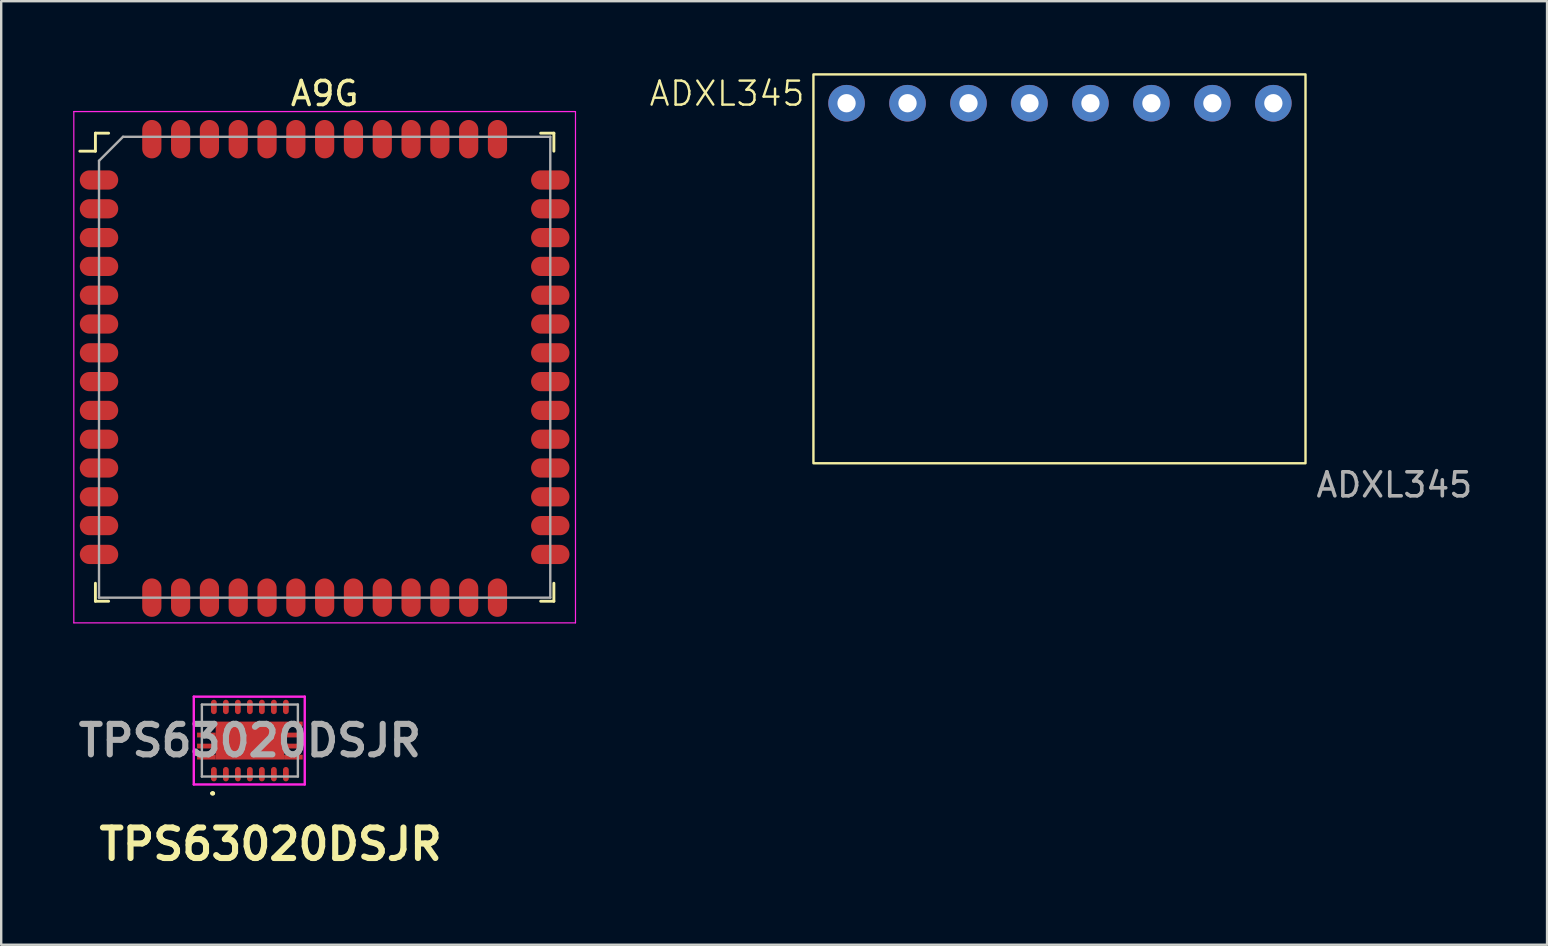
<source format=kicad_pcb>
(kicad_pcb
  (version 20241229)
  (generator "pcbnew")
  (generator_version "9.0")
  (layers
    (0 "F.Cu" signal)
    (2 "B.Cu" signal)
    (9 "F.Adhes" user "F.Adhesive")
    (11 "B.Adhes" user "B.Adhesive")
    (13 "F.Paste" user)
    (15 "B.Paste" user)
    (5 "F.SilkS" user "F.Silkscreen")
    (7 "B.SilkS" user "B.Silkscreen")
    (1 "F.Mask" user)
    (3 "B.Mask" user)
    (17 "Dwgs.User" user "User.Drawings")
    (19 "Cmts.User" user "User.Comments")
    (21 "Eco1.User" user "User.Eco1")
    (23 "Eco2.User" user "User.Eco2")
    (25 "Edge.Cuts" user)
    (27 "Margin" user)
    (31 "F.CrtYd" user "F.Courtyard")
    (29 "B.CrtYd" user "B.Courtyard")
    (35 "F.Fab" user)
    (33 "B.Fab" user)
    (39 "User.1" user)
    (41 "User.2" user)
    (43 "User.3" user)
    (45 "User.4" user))
  (footprint "ADXL345"
    (layer "F.Cu")
    (at 41.138 1.25)
    (property "Reference" "ADXL345" (at -13.9 -0.4 0) (unlocked yes) (layer "F.SilkS") (effects (font (size 1 1) (thickness 0.1))))
    (attr through_hole)
    (fp_rect (start -10.3 -1.2) (end 10.2 15) (stroke (width 0.1) (type default)) (fill no) (layer "F.SilkS"))
    (fp_text user "${REFERENCE}" (at 13.9 15.9 0) (unlocked yes) (layer "F.Fab") (effects (font (size 1 1) (thickness 0.15))))
    (pad "1" thru_hole circle (at 8.86 0) (size 1.524 1.524) (drill 0.762) (layers "*.Cu" "*.Mask"))
    (pad "2" thru_hole circle (at 6.32 0) (size 1.524 1.524) (drill 0.762) (layers "*.Cu" "*.Mask"))
    (pad "3" thru_hole circle (at 3.78 0) (size 1.524 1.524) (drill 0.762) (layers "*.Cu" "*.Mask"))
    (pad "4" thru_hole circle (at 1.24 0) (size 1.524 1.524) (drill 0.762) (layers "*.Cu" "*.Mask"))
    (pad "5" thru_hole circle (at -1.3 0) (size 1.524 1.524) (drill 0.762) (layers "*.Cu" "*.Mask"))
    (pad "6" thru_hole circle (at -3.84 0) (size 1.524 1.524) (drill 0.762) (layers "*.Cu" "*.Mask"))
    (pad "7" thru_hole circle (at -6.38 0) (size 1.524 1.524) (drill 0.762) (layers "*.Cu" "*.Mask"))
    (pad "8" thru_hole circle (at -8.92 0) (size 1.524 1.524) (drill 0.762) (layers "*.Cu" "*.Mask")))
  (footprint "A9G"
    (layer "F.Cu")
    (at 10.475 12.248)
    (property "Reference" "A9G" (at 0 -11.4 0) (layer "F.SilkS") (effects (font (size 1 1) (thickness 0.15))))
    (attr smd)
    (fp_line (start -9.55 -9.75) (end -9.55 -9) (stroke (width 0.12) (type default)) (layer "F.SilkS"))
    (fp_line (start -9.55 -9) (end -10.2 -9) (stroke (width 0.12) (type default)) (layer "F.SilkS"))
    (fp_line (start -9.55 9.75) (end -9.55 9) (stroke (width 0.12) (type default)) (layer "F.SilkS"))
    (fp_line (start -9 -9.75) (end -9.55 -9.75) (stroke (width 0.12) (type default)) (layer "F.SilkS"))
    (fp_line (start -9 9.75) (end -9.55 9.75) (stroke (width 0.12) (type default)) (layer "F.SilkS"))
    (fp_line (start 9 -9.75) (end 9.55 -9.75) (stroke (width 0.12) (type default)) (layer "F.SilkS"))
    (fp_line (start 9 9.75) (end 9.55 9.75) (stroke (width 0.12) (type default)) (layer "F.SilkS"))
    (fp_line (start 9.55 -9.75) (end 9.55 -9) (stroke (width 0.12) (type default)) (layer "F.SilkS"))
    (fp_line (start 9.55 9.75) (end 9.55 9) (stroke (width 0.12) (type default)) (layer "F.SilkS"))
    (fp_line (start -10.45 -10.65) (end 10.45 -10.65) (stroke (width 0.05) (type default)) (layer "F.CrtYd"))
    (fp_line (start -10.45 10.65) (end -10.45 -10.65) (stroke (width 0.05) (type default)) (layer "F.CrtYd"))
    (fp_line (start 10.45 -10.65) (end 10.45 10.65) (stroke (width 0.05) (type default)) (layer "F.CrtYd"))
    (fp_line (start 10.45 10.65) (end -10.45 10.65) (stroke (width 0.05) (type default)) (layer "F.CrtYd"))
    (fp_line (start -9.4 -8.6) (end -9.4 9.6) (stroke (width 0.1) (type default)) (layer "F.Fab"))
    (fp_line (start -9.4 9.6) (end 9.4 9.6) (stroke (width 0.1) (type default)) (layer "F.Fab"))
    (fp_line (start -8.4 -9.6) (end -9.4 -8.6) (stroke (width 0.1) (type default)) (layer "F.Fab"))
    (fp_line (start 9.4 -9.6) (end -8.4 -9.6) (stroke (width 0.1) (type default)) (layer "F.Fab"))
    (fp_line (start 9.4 9.6) (end 9.4 -9.6) (stroke (width 0.1) (type default)) (layer "F.Fab"))
    (pad "1" smd oval (at -9.4 -7.8 90) (size 0.8 1.6) (layers "F.Cu" "F.Mask" "F.Paste"))
    (pad "2" smd oval (at -9.4 -6.6 90) (size 0.8 1.6) (layers "F.Cu" "F.Mask" "F.Paste"))
    (pad "3" smd oval (at -9.4 -5.4 90) (size 0.8 1.6) (layers "F.Cu" "F.Mask" "F.Paste"))
    (pad "4" smd oval (at -9.4 -4.2 90) (size 0.8 1.6) (layers "F.Cu" "F.Mask" "F.Paste"))
    (pad "5" smd oval (at -9.4 -3 90) (size 0.8 1.6) (layers "F.Cu" "F.Mask" "F.Paste"))
    (pad "6" smd oval (at -9.4 -1.8 90) (size 0.8 1.6) (layers "F.Cu" "F.Mask" "F.Paste"))
    (pad "7" smd oval (at -9.4 -0.6 90) (size 0.8 1.6) (layers "F.Cu" "F.Mask" "F.Paste"))
    (pad "8" smd oval (at -9.4 0.6 90) (size 0.8 1.6) (layers "F.Cu" "F.Mask" "F.Paste"))
    (pad "9" smd oval (at -9.4 1.8 90) (size 0.8 1.6) (layers "F.Cu" "F.Mask" "F.Paste"))
    (pad "10" smd oval (at -9.4 3 90) (size 0.8 1.6) (layers "F.Cu" "F.Mask" "F.Paste"))
    (pad "11" smd oval (at -9.4 4.2 90) (size 0.8 1.6) (layers "F.Cu" "F.Mask" "F.Paste"))
    (pad "12" smd oval (at -9.4 5.4 90) (size 0.8 1.6) (layers "F.Cu" "F.Mask" "F.Paste"))
    (pad "13" smd oval (at -9.4 6.6 90) (size 0.8 1.6) (layers "F.Cu" "F.Mask" "F.Paste"))
    (pad "14" smd oval (at -9.4 7.8 90) (size 0.8 1.6) (layers "F.Cu" "F.Mask" "F.Paste"))
    (pad "15" smd oval (at -7.2 9.6) (size 0.8 1.6) (layers "F.Cu" "F.Mask" "F.Paste"))
    (pad "16" smd oval (at -6 9.6) (size 0.8 1.6) (layers "F.Cu" "F.Mask" "F.Paste"))
    (pad "17" smd oval (at -4.8 9.6) (size 0.8 1.6) (layers "F.Cu" "F.Mask" "F.Paste"))
    (pad "18" smd oval (at -3.6 9.6) (size 0.8 1.6) (layers "F.Cu" "F.Mask" "F.Paste"))
    (pad "19" smd oval (at -2.4 9.6) (size 0.8 1.6) (layers "F.Cu" "F.Mask" "F.Paste"))
    (pad "20" smd oval (at -1.2 9.6) (size 0.8 1.6) (layers "F.Cu" "F.Mask" "F.Paste"))
    (pad "21" smd oval (at 0 9.6) (size 0.8 1.6) (layers "F.Cu" "F.Mask" "F.Paste"))
    (pad "22" smd oval (at 1.2 9.6) (size 0.8 1.6) (layers "F.Cu" "F.Mask" "F.Paste"))
    (pad "23" smd oval (at 2.4 9.6) (size 0.8 1.6) (layers "F.Cu" "F.Mask" "F.Paste"))
    (pad "24" smd oval (at 3.6 9.6) (size 0.8 1.6) (layers "F.Cu" "F.Mask" "F.Paste"))
    (pad "25" smd oval (at 4.8 9.6) (size 0.8 1.6) (layers "F.Cu" "F.Mask" "F.Paste"))
    (pad "26" smd oval (at 6 9.6) (size 0.8 1.6) (layers "F.Cu" "F.Mask" "F.Paste"))
    (pad "27" smd oval (at 7.2 9.6) (size 0.8 1.6) (layers "F.Cu" "F.Mask" "F.Paste"))
    (pad "28" smd oval (at 9.4 7.8 90) (size 0.8 1.6) (layers "F.Cu" "F.Mask" "F.Paste"))
    (pad "29" smd oval (at 9.4 6.6 90) (size 0.8 1.6) (layers "F.Cu" "F.Mask" "F.Paste"))
    (pad "30" smd oval (at 9.4 5.4 90) (size 0.8 1.6) (layers "F.Cu" "F.Mask" "F.Paste"))
    (pad "31" smd oval (at 9.4 4.2 90) (size 0.8 1.6) (layers "F.Cu" "F.Mask" "F.Paste"))
    (pad "32" smd oval (at 9.4 3 90) (size 0.8 1.6) (layers "F.Cu" "F.Mask" "F.Paste"))
    (pad "33" smd oval (at 9.4 1.8 90) (size 0.8 1.6) (layers "F.Cu" "F.Mask" "F.Paste"))
    (pad "34" smd oval (at 9.4 0.6 90) (size 0.8 1.6) (layers "F.Cu" "F.Mask" "F.Paste"))
    (pad "35" smd oval (at 9.4 -0.6 90) (size 0.8 1.6) (layers "F.Cu" "F.Mask" "F.Paste"))
    (pad "36" smd oval (at 9.4 -1.8 90) (size 0.8 1.6) (layers "F.Cu" "F.Mask" "F.Paste"))
    (pad "37" smd oval (at 9.4 -3 90) (size 0.8 1.6) (layers "F.Cu" "F.Mask" "F.Paste"))
    (pad "38" smd oval (at 9.4 -4.2 90) (size 0.8 1.6) (layers "F.Cu" "F.Mask" "F.Paste"))
    (pad "39" smd oval (at 9.4 -5.4 90) (size 0.8 1.6) (layers "F.Cu" "F.Mask" "F.Paste"))
    (pad "40" smd oval (at 9.4 -6.6 90) (size 0.8 1.6) (layers "F.Cu" "F.Mask" "F.Paste"))
    (pad "41" smd oval (at 9.4 -7.8 90) (size 0.8 1.6) (layers "F.Cu" "F.Mask" "F.Paste"))
    (pad "42" smd oval (at 7.2 -9.5 180) (size 0.8 1.6) (layers "F.Cu" "F.Mask" "F.Paste"))
    (pad "43" smd oval (at 6 -9.5) (size 0.8 1.6) (layers "F.Cu" "F.Mask" "F.Paste"))
    (pad "44" smd oval (at 4.8 -9.5) (size 0.8 1.6) (layers "F.Cu" "F.Mask" "F.Paste"))
    (pad "45" smd oval (at 3.6 -9.5) (size 0.8 1.6) (layers "F.Cu" "F.Mask" "F.Paste"))
    (pad "46" smd oval (at 2.4 -9.5) (size 0.8 1.6) (layers "F.Cu" "F.Mask" "F.Paste"))
    (pad "47" smd oval (at 1.2 -9.5) (size 0.8 1.6) (layers "F.Cu" "F.Mask" "F.Paste"))
    (pad "48" smd oval (at 0 -9.5) (size 0.8 1.6) (layers "F.Cu" "F.Mask" "F.Paste"))
    (pad "49" smd oval (at -1.2 -9.5) (size 0.8 1.6) (layers "F.Cu" "F.Mask" "F.Paste"))
    (pad "50" smd oval (at -2.4 -9.5) (size 0.8 1.6) (layers "F.Cu" "F.Mask" "F.Paste"))
    (pad "51" smd oval (at -3.6 -9.5) (size 0.8 1.6) (layers "F.Cu" "F.Mask" "F.Paste"))
    (pad "52" smd oval (at -4.8 -9.5) (size 0.8 1.6) (layers "F.Cu" "F.Mask" "F.Paste"))
    (pad "53" smd oval (at -6 -9.5) (size 0.8 1.6) (layers "F.Cu" "F.Mask" "F.Paste"))
    (pad "54" smd oval (at -7.2 -9.5) (size 0.8 1.6) (layers "F.Cu" "F.Mask" "F.Paste")))
  (footprint "TPS63020DSJR"
    (layer "F.Cu")
    (at 7.36 27.802)
    (property "Reference" "TPS63020DSJR" (at 0.864 4.318 0) (layer "F.SilkS") (effects (font (size 1.27 1.27) (thickness 0.254))))
    (attr smd)
    (fp_line (start -1.6 2.2) (end -1.6 2.2) (stroke (width 0.1) (type solid)) (layer "F.SilkS"))
    (fp_line (start -1.5 2.2) (end -1.5 2.2) (stroke (width 0.1) (type solid)) (layer "F.SilkS"))
    (fp_arc (start -1.6 2.2) (mid -1.55 2.15) (end -1.5 2.2) (stroke (width 0.1) (type solid)) (layer "F.SilkS"))
    (fp_arc (start -1.5 2.2) (mid -1.55 2.25) (end -1.6 2.2) (stroke (width 0.1) (type solid)) (layer "F.SilkS"))
    (fp_line (start -2.337 -1.829) (end 2.286 -1.829) (stroke (width 0.1) (type solid)) (layer "F.CrtYd"))
    (fp_line (start -2.337 1.829) (end -2.337 -1.829) (stroke (width 0.1) (type solid)) (layer "F.CrtYd"))
    (fp_line (start 2.286 -1.829) (end 2.286 1.829) (stroke (width 0.1) (type solid)) (layer "F.CrtYd"))
    (fp_line (start 2.286 1.829) (end -2.337 1.829) (stroke (width 0.1) (type solid)) (layer "F.CrtYd"))
    (fp_line (start -2 -1.5) (end 2 -1.5) (stroke (width 0.1) (type solid)) (layer "F.Fab"))
    (fp_line (start -2 1.5) (end -2 -1.5) (stroke (width 0.1) (type solid)) (layer "F.Fab"))
    (fp_line (start 2 -1.5) (end 2 1.5) (stroke (width 0.1) (type solid)) (layer "F.Fab"))
    (fp_line (start 2 1.5) (end -2 1.5) (stroke (width 0.1) (type solid)) (layer "F.Fab"))
    (fp_text user "${REFERENCE}" (at 0 0 0) (layer "F.Fab") (effects (font (size 1.27 1.27) (thickness 0.254))))
    (pad "1" smd oval (at -1.5 1.4) (size 0.24 0.6) (layers "F.Cu" "F.Mask" "F.Paste"))
    (pad "2" smd oval (at -1 1.4) (size 0.24 0.6) (layers "F.Cu" "F.Mask" "F.Paste"))
    (pad "3" smd oval (at -0.5 1.4) (size 0.24 0.6) (layers "F.Cu" "F.Mask" "F.Paste"))
    (pad "4" smd oval (at 0 1.4) (size 0.24 0.6) (layers "F.Cu" "F.Mask" "F.Paste"))
    (pad "5" smd oval (at 0.5 1.4) (size 0.24 0.6) (layers "F.Cu" "F.Mask" "F.Paste"))
    (pad "6" smd oval (at 1 1.4) (size 0.24 0.6) (layers "F.Cu" "F.Mask" "F.Paste"))
    (pad "7" smd oval (at 1.5 1.4) (size 0.24 0.6) (layers "F.Cu" "F.Mask" "F.Paste"))
    (pad "8" smd oval (at 1.5 -1.4) (size 0.24 0.6) (layers "F.Cu" "F.Mask" "F.Paste"))
    (pad "9" smd oval (at 1 -1.4) (size 0.24 0.6) (layers "F.Cu" "F.Mask" "F.Paste"))
    (pad "10" smd oval (at 0.5 -1.4) (size 0.24 0.6) (layers "F.Cu" "F.Mask" "F.Paste"))
    (pad "11" smd oval (at 0 -1.4) (size 0.24 0.6) (layers "F.Cu" "F.Mask" "F.Paste"))
    (pad "12" smd oval (at -0.5 -1.4) (size 0.24 0.6) (layers "F.Cu" "F.Mask" "F.Paste"))
    (pad "13" smd oval (at -1 -1.4) (size 0.24 0.6) (layers "F.Cu" "F.Mask" "F.Paste"))
    (pad "14" smd oval (at -1.5 -1.4) (size 0.24 0.6) (layers "F.Cu" "F.Mask" "F.Paste"))
    (pad "15" smd rect (at -1.813 -0.69 90) (size 0.2 0.775) (layers "F.Cu" "F.Mask" "F.Paste"))
    (pad "15" smd rect (at -1.813 -0.23 90) (size 0.2 0.775) (layers "F.Cu" "F.Mask" "F.Paste"))
    (pad "15" smd rect (at -1.813 0.23 90) (size 0.2 0.775) (layers "F.Cu" "F.Mask" "F.Paste"))
    (pad "15" smd rect (at -1.813 0.69 90) (size 0.2 0.775) (layers "F.Cu" "F.Mask" "F.Paste"))
    (pad "15" smd rect (at 0 0 90) (size 1.58 2.85) (layers "F.Cu" "F.Mask" "F.Paste"))
    (pad "15" smd rect (at 1.813 -0.69 90) (size 0.2 0.775) (layers "F.Cu" "F.Mask" "F.Paste"))
    (pad "15" smd rect (at 1.813 -0.23 90) (size 0.2 0.775) (layers "F.Cu" "F.Mask" "F.Paste"))
    (pad "15" smd rect (at 1.813 0.23 90) (size 0.2 0.775) (layers "F.Cu" "F.Mask" "F.Paste"))
    (pad "15" smd rect (at 1.813 0.69 90) (size 0.2 0.775) (layers "F.Cu" "F.Mask" "F.Paste")))
  (gr_rect
    (start -3 -3)
    (end 61.401 36.309)
    (stroke (width 0.1) (type default))
    (fill no)
    (layer "Edge.Cuts")))
</source>
